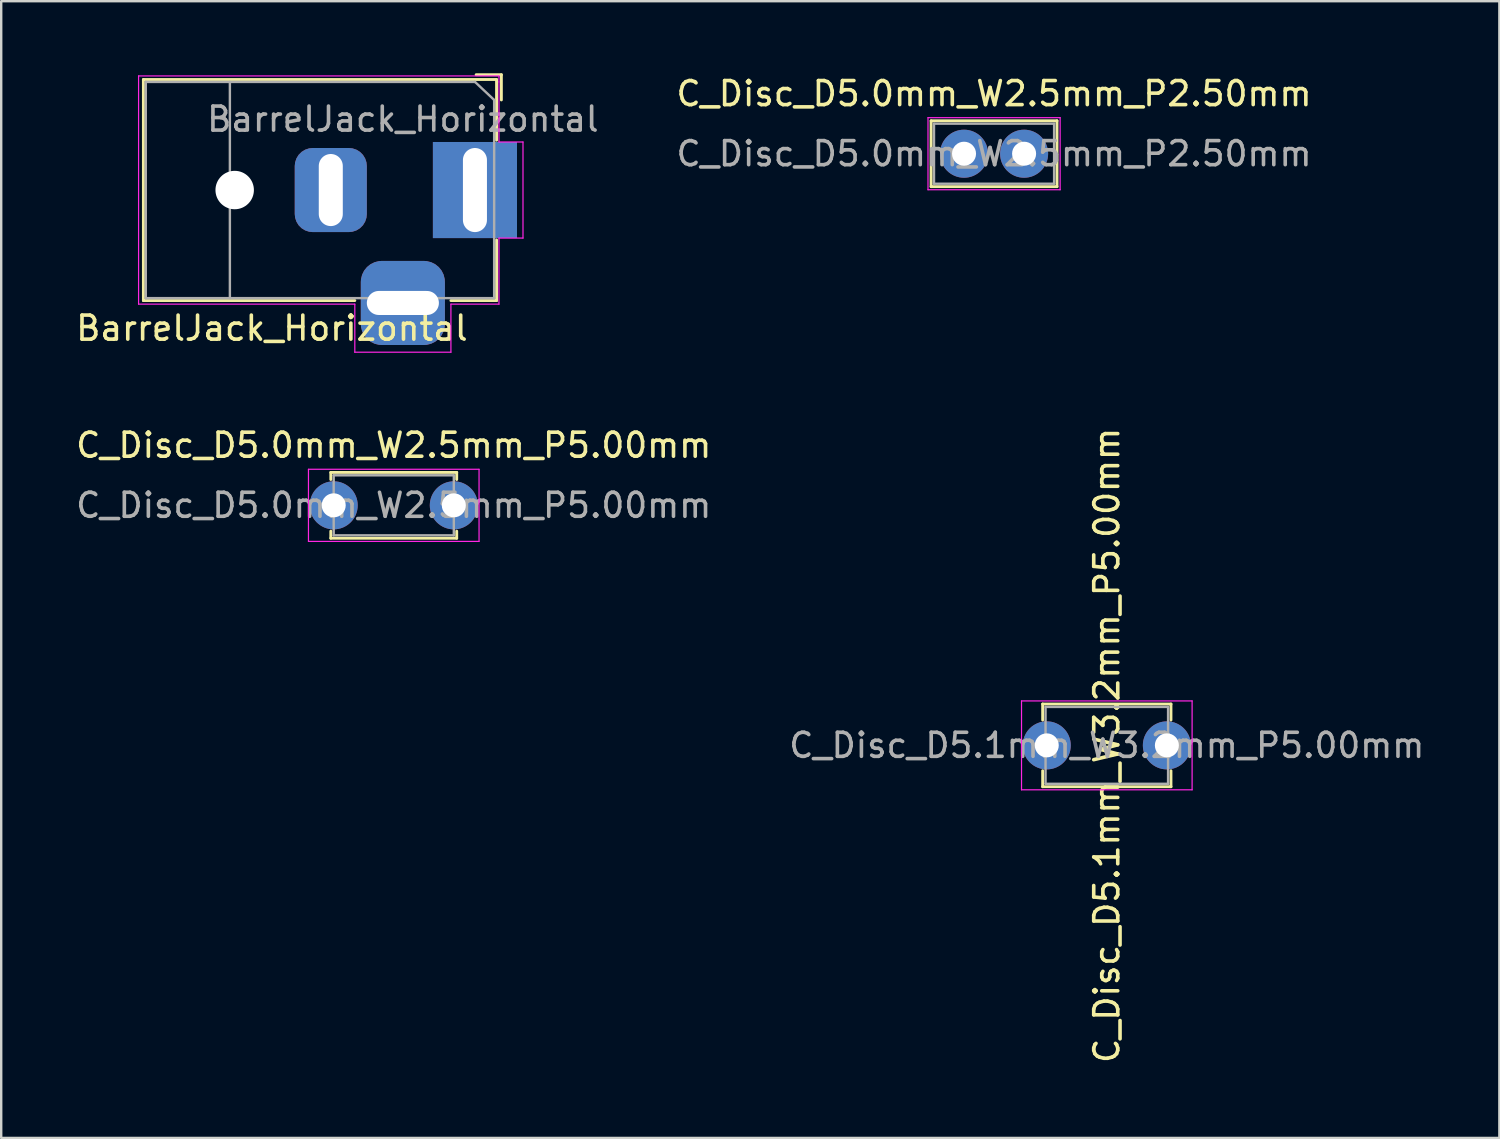
<source format=kicad_pcb>
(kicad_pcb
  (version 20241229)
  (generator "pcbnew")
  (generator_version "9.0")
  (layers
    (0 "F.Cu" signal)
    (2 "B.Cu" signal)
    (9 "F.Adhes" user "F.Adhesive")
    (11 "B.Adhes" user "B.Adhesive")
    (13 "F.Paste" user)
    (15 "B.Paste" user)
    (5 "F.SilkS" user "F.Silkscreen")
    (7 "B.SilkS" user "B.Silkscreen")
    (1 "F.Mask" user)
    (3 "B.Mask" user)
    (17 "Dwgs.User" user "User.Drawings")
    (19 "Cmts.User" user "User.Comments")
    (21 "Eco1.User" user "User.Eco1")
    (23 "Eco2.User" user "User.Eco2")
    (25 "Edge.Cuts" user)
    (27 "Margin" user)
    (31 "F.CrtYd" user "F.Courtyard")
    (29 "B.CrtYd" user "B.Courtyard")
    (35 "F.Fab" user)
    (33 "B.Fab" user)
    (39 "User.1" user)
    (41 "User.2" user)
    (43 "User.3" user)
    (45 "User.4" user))
  (footprint "C_Disc_D5.0mm_W2.5mm_P5.00mm"
    (layer "F.Cu")
    (at 10.839 17.983)
    (property "Reference" "C_Disc_D5.0mm_W2.5mm_P5.00mm" (at 2.5 -2.5 0) (layer "F.SilkS") (effects (font (size 1 1) (thickness 0.15))))
    (attr through_hole)
    (fp_line (start -0.12 -1.37) (end -0.12 -1.075) (stroke (width 0.12) (type solid)) (layer "F.SilkS"))
    (fp_line (start -0.12 -1.37) (end 5.12 -1.37) (stroke (width 0.12) (type solid)) (layer "F.SilkS"))
    (fp_line (start -0.12 1.075) (end -0.12 1.37) (stroke (width 0.12) (type solid)) (layer "F.SilkS"))
    (fp_line (start -0.12 1.37) (end 5.12 1.37) (stroke (width 0.12) (type solid)) (layer "F.SilkS"))
    (fp_line (start 5.12 -1.37) (end 5.12 -1.075) (stroke (width 0.12) (type solid)) (layer "F.SilkS"))
    (fp_line (start 5.12 1.075) (end 5.12 1.37) (stroke (width 0.12) (type solid)) (layer "F.SilkS"))
    (fp_line (start -1.05 -1.5) (end -1.05 1.5) (stroke (width 0.05) (type solid)) (layer "F.CrtYd"))
    (fp_line (start -1.05 1.5) (end 6.05 1.5) (stroke (width 0.05) (type solid)) (layer "F.CrtYd"))
    (fp_line (start 6.05 -1.5) (end -1.05 -1.5) (stroke (width 0.05) (type solid)) (layer "F.CrtYd"))
    (fp_line (start 6.05 1.5) (end 6.05 -1.5) (stroke (width 0.05) (type solid)) (layer "F.CrtYd"))
    (fp_line (start 0 -1.25) (end 0 1.25) (stroke (width 0.1) (type solid)) (layer "F.Fab"))
    (fp_line (start 0 1.25) (end 5 1.25) (stroke (width 0.1) (type solid)) (layer "F.Fab"))
    (fp_line (start 5 -1.25) (end 0 -1.25) (stroke (width 0.1) (type solid)) (layer "F.Fab"))
    (fp_line (start 5 1.25) (end 5 -1.25) (stroke (width 0.1) (type solid)) (layer "F.Fab"))
    (fp_text user "${REFERENCE}" (at 2.5 0 0) (layer "F.Fab") (effects (font (size 1 1) (thickness 0.15))))
    (pad "1" thru_hole circle (at 0 0) (size 2 2) (drill 1) (layers "*.Cu" "*.Mask"))
    (pad "2" thru_hole circle (at 5 0) (size 2 2) (drill 1) (layers "*.Cu" "*.Mask")))
  (footprint "C_Disc_D5.1mm_W3.2mm_P5.00mm"
    (layer "F.Cu")
    (at 40.518 27.974)
    (property "Reference" "C_Disc_D5.1mm_W3.2mm_P5.00mm" (at 2.5 0 90) (layer "F.SilkS") (effects (font (size 1 1) (thickness 0.15))))
    (attr through_hole)
    (fp_line (start -0.17 -1.721) (end -0.17 -1.055) (stroke (width 0.12) (type solid)) (layer "F.SilkS"))
    (fp_line (start -0.17 -1.721) (end 5.17 -1.721) (stroke (width 0.12) (type solid)) (layer "F.SilkS"))
    (fp_line (start -0.17 1.055) (end -0.17 1.721) (stroke (width 0.12) (type solid)) (layer "F.SilkS"))
    (fp_line (start -0.17 1.721) (end 5.17 1.721) (stroke (width 0.12) (type solid)) (layer "F.SilkS"))
    (fp_line (start 5.17 -1.721) (end 5.17 -1.055) (stroke (width 0.12) (type solid)) (layer "F.SilkS"))
    (fp_line (start 5.17 1.055) (end 5.17 1.721) (stroke (width 0.12) (type solid)) (layer "F.SilkS"))
    (fp_line (start -1.05 -1.85) (end -1.05 1.85) (stroke (width 0.05) (type solid)) (layer "F.CrtYd"))
    (fp_line (start -1.05 1.85) (end 6.05 1.85) (stroke (width 0.05) (type solid)) (layer "F.CrtYd"))
    (fp_line (start 6.05 -1.85) (end -1.05 -1.85) (stroke (width 0.05) (type solid)) (layer "F.CrtYd"))
    (fp_line (start 6.05 1.85) (end 6.05 -1.85) (stroke (width 0.05) (type solid)) (layer "F.CrtYd"))
    (fp_line (start -0.05 -1.6) (end -0.05 1.6) (stroke (width 0.1) (type solid)) (layer "F.Fab"))
    (fp_line (start -0.05 1.6) (end 5.05 1.6) (stroke (width 0.1) (type solid)) (layer "F.Fab"))
    (fp_line (start 5.05 -1.6) (end -0.05 -1.6) (stroke (width 0.1) (type solid)) (layer "F.Fab"))
    (fp_line (start 5.05 1.6) (end 5.05 -1.6) (stroke (width 0.1) (type solid)) (layer "F.Fab"))
    (fp_text user "${REFERENCE}" (at 2.5 0 0) (layer "F.Fab") (effects (font (size 1 1) (thickness 0.15))))
    (pad "1" thru_hole circle (at 0 0) (size 2 2) (drill 1) (layers "*.Cu" "*.Mask"))
    (pad "2" thru_hole circle (at 5 0) (size 2 2) (drill 1) (layers "*.Cu" "*.Mask")))
  (footprint "BarrelJack_Horizontal"
    (layer "F.Cu")
    (at 16.718 4.86)
    (property "Reference" "BarrelJack_Horizontal" (at -8.45 5.75 0) (layer "F.SilkS") (effects (font (size 1 1) (thickness 0.15))))
    (attr through_hole)
    (fp_line (start -13.8 -4.6) (end 0.9 -4.6) (stroke (width 0.12) (type solid)) (layer "F.SilkS"))
    (fp_line (start -13.8 4.6) (end -13.8 -4.6) (stroke (width 0.12) (type solid)) (layer "F.SilkS"))
    (fp_line (start -5 4.6) (end -13.8 4.6) (stroke (width 0.12) (type solid)) (layer "F.SilkS"))
    (fp_line (start 0.05 -4.8) (end 1.1 -4.8) (stroke (width 0.12) (type solid)) (layer "F.SilkS"))
    (fp_line (start 0.9 -4.6) (end 0.9 -2.075) (stroke (width 0.12) (type solid)) (layer "F.SilkS"))
    (fp_line (start 0.9 2.075) (end 0.9 4.6) (stroke (width 0.12) (type solid)) (layer "F.SilkS"))
    (fp_line (start 0.9 4.6) (end -1 4.6) (stroke (width 0.12) (type solid)) (layer "F.SilkS"))
    (fp_line (start 1.1 -3.75) (end 1.1 -4.8) (stroke (width 0.12) (type solid)) (layer "F.SilkS"))
    (fp_line (start -14 4.75) (end -14 -4.75) (stroke (width 0.05) (type solid)) (layer "F.CrtYd"))
    (fp_line (start -5 4.75) (end -14 4.75) (stroke (width 0.05) (type solid)) (layer "F.CrtYd"))
    (fp_line (start -5 6.75) (end -5 4.75) (stroke (width 0.05) (type solid)) (layer "F.CrtYd"))
    (fp_line (start -1 4.75) (end -1 6.75) (stroke (width 0.05) (type solid)) (layer "F.CrtYd"))
    (fp_line (start -1 6.75) (end -5 6.75) (stroke (width 0.05) (type solid)) (layer "F.CrtYd"))
    (fp_line (start 1 -4.75) (end -14 -4.75) (stroke (width 0.05) (type solid)) (layer "F.CrtYd"))
    (fp_line (start 1 -4.5) (end 1 -4.75) (stroke (width 0.05) (type solid)) (layer "F.CrtYd"))
    (fp_line (start 1 -4.5) (end 1 -2) (stroke (width 0.05) (type solid)) (layer "F.CrtYd"))
    (fp_line (start 1 -2) (end 2 -2) (stroke (width 0.05) (type solid)) (layer "F.CrtYd"))
    (fp_line (start 1 2) (end 1 4.75) (stroke (width 0.05) (type solid)) (layer "F.CrtYd"))
    (fp_line (start 1 4.75) (end -1 4.75) (stroke (width 0.05) (type solid)) (layer "F.CrtYd"))
    (fp_line (start 2 -2) (end 2 2) (stroke (width 0.05) (type solid)) (layer "F.CrtYd"))
    (fp_line (start 2 2) (end 1 2) (stroke (width 0.05) (type solid)) (layer "F.CrtYd"))
    (fp_line (start -13.7 -4.5) (end -13.7 4.5) (stroke (width 0.1) (type solid)) (layer "F.Fab"))
    (fp_line (start -13.7 4.5) (end 0.8 4.5) (stroke (width 0.1) (type solid)) (layer "F.Fab"))
    (fp_line (start -10.2 -4.5) (end -10.2 4.5) (stroke (width 0.1) (type solid)) (layer "F.Fab"))
    (fp_line (start -0.003 -4.505) (end 0.8 -3.75) (stroke (width 0.1) (type solid)) (layer "F.Fab"))
    (fp_line (start 0 -4.5) (end -13.7 -4.5) (stroke (width 0.1) (type solid)) (layer "F.Fab"))
    (fp_line (start 0.8 4.5) (end 0.8 -3.75) (stroke (width 0.1) (type solid)) (layer "F.Fab"))
    (fp_text user "${REFERENCE}" (at -3 -2.95 0) (layer "F.Fab") (effects (font (size 1 1) (thickness 0.15))))
    (pad "" np_thru_hole circle (at -10 0) (size 1.6 1.6) (drill 1.6) (layers "*.Cu" "*.Mask"))
    (pad "1" thru_hole rect (at 0 0) (size 3.5 4) (drill oval 1 3.5) (layers "*.Cu" "*.Mask"))
    (pad "2" thru_hole roundrect (at -6 0) (size 3 3.5) (drill oval 1 3) (layers "*.Cu" "*.Mask") (roundrect_rratio 0.25))
    (pad "3" thru_hole roundrect (at -3 4.7) (size 3.5 3.5) (drill oval 3 1) (layers "*.Cu" "*.Mask") (roundrect_rratio 0.25)))
  (footprint "C_Disc_D5.0mm_W2.5mm_P2.50mm"
    (layer "F.Cu")
    (at 37.075 3.348)
    (property "Reference" "C_Disc_D5.0mm_W2.5mm_P2.50mm" (at 1.25 -2.5 0) (layer "F.SilkS") (effects (font (size 1 1) (thickness 0.15))))
    (attr through_hole)
    (fp_line (start -1.37 -1.37) (end -1.37 1.37) (stroke (width 0.12) (type solid)) (layer "F.SilkS"))
    (fp_line (start -1.37 -1.37) (end 3.87 -1.37) (stroke (width 0.12) (type solid)) (layer "F.SilkS"))
    (fp_line (start -1.37 1.37) (end 3.87 1.37) (stroke (width 0.12) (type solid)) (layer "F.SilkS"))
    (fp_line (start 3.87 -1.37) (end 3.87 1.37) (stroke (width 0.12) (type solid)) (layer "F.SilkS"))
    (fp_line (start -1.5 -1.5) (end -1.5 1.5) (stroke (width 0.05) (type solid)) (layer "F.CrtYd"))
    (fp_line (start -1.5 1.5) (end 4 1.5) (stroke (width 0.05) (type solid)) (layer "F.CrtYd"))
    (fp_line (start 4 -1.5) (end -1.5 -1.5) (stroke (width 0.05) (type solid)) (layer "F.CrtYd"))
    (fp_line (start 4 1.5) (end 4 -1.5) (stroke (width 0.05) (type solid)) (layer "F.CrtYd"))
    (fp_line (start -1.25 -1.25) (end -1.25 1.25) (stroke (width 0.1) (type solid)) (layer "F.Fab"))
    (fp_line (start -1.25 1.25) (end 3.75 1.25) (stroke (width 0.1) (type solid)) (layer "F.Fab"))
    (fp_line (start 3.75 -1.25) (end -1.25 -1.25) (stroke (width 0.1) (type solid)) (layer "F.Fab"))
    (fp_line (start 3.75 1.25) (end 3.75 -1.25) (stroke (width 0.1) (type solid)) (layer "F.Fab"))
    (fp_text user "${REFERENCE}" (at 1.25 0 0) (layer "F.Fab") (effects (font (size 1 1) (thickness 0.15))))
    (pad "1" thru_hole circle (at 0 0) (size 2 2) (drill 1) (layers "*.Cu" "*.Mask"))
    (pad "2" thru_hole circle (at 2.5 0) (size 2 2) (drill 1) (layers "*.Cu" "*.Mask")))
  (gr_rect
    (start -3 -3)
    (end 59.357 44.314)
    (stroke (width 0.1) (type default))
    (fill no)
    (layer "Edge.Cuts")))
</source>
